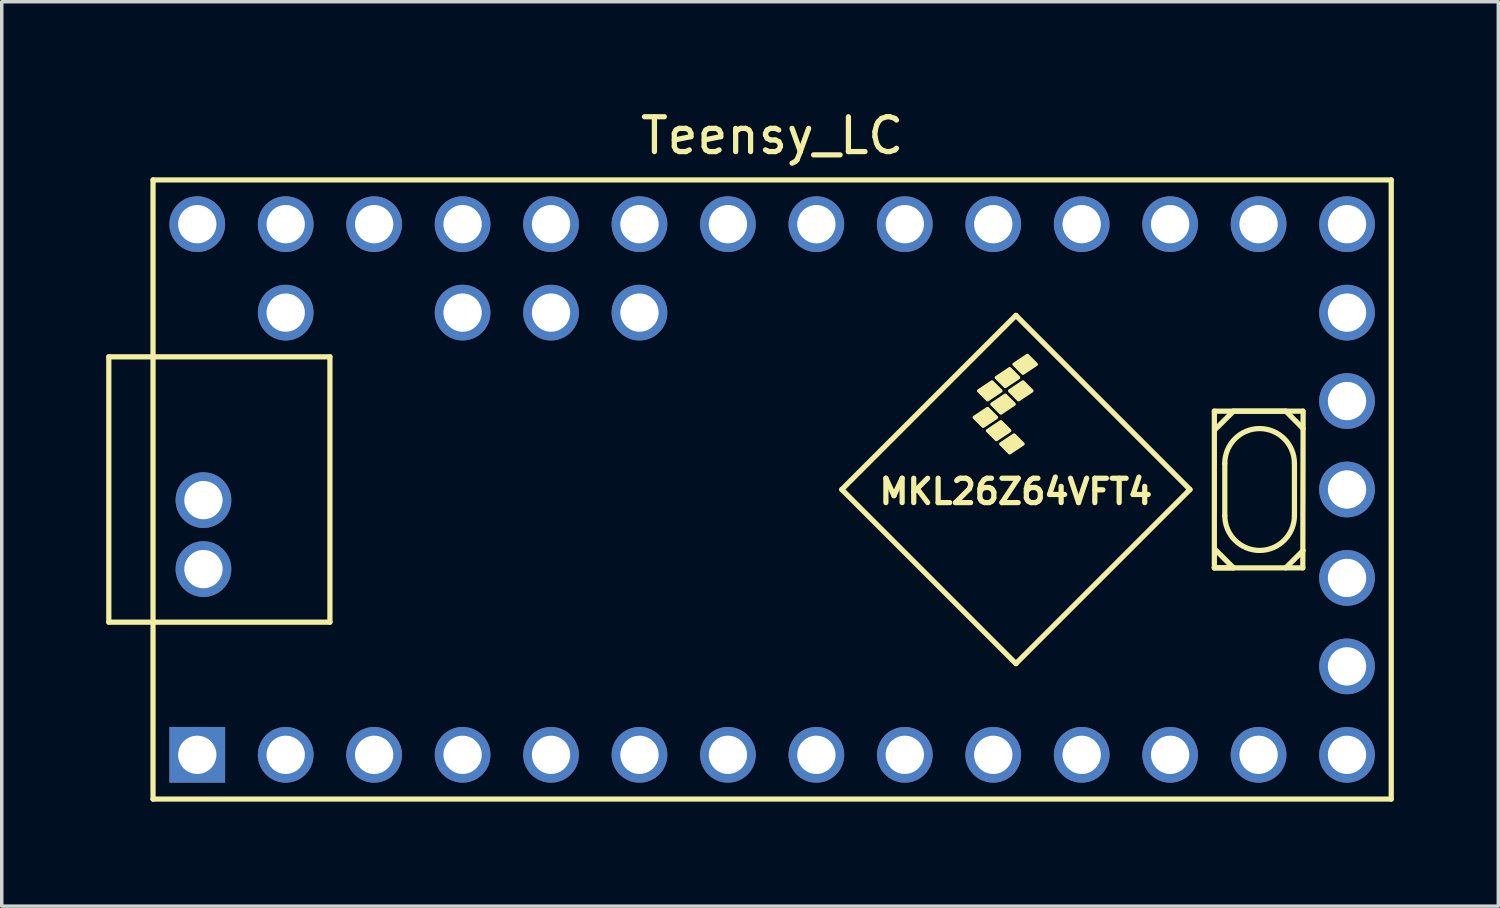
<source format=kicad_pcb>
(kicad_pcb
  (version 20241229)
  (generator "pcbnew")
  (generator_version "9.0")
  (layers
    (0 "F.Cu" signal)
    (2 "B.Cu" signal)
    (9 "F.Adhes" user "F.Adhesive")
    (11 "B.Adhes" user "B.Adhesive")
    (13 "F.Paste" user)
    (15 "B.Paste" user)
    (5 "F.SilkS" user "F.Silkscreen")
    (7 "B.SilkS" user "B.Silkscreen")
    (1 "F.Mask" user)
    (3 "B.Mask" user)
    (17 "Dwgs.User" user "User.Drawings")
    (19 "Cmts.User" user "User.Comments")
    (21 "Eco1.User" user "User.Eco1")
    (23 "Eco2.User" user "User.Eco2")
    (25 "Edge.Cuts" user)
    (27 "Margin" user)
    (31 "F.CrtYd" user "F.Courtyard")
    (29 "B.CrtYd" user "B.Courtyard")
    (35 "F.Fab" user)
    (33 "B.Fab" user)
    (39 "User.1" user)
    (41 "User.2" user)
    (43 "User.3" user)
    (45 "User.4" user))
  (footprint "Teensy_LC"
    (layer "F.Cu")
    (at 19.125 11.008)
    (property "Reference" "Teensy_LC" (at 0 -10.16 0) (layer "F.SilkS") (effects (font (size 1 1) (thickness 0.15))))
    (attr through_hole)
    (fp_line (start -19.05 -3.81) (end -17.78 -3.81) (stroke (width 0.15) (type solid)) (layer "F.SilkS"))
    (fp_line (start -19.05 3.81) (end -19.05 -3.81) (stroke (width 0.15) (type solid)) (layer "F.SilkS"))
    (fp_line (start -17.78 -8.89) (end 17.78 -8.89) (stroke (width 0.15) (type solid)) (layer "F.SilkS"))
    (fp_line (start -17.78 3.81) (end -19.05 3.81) (stroke (width 0.15) (type solid)) (layer "F.SilkS"))
    (fp_line (start -17.78 8.89) (end -17.78 -8.89) (stroke (width 0.15) (type solid)) (layer "F.SilkS"))
    (fp_line (start -12.7 -3.81) (end -17.78 -3.81) (stroke (width 0.15) (type solid)) (layer "F.SilkS"))
    (fp_line (start -12.7 3.81) (end -17.78 3.81) (stroke (width 0.15) (type solid)) (layer "F.SilkS"))
    (fp_line (start -12.7 3.81) (end -12.7 -3.81) (stroke (width 0.15) (type solid)) (layer "F.SilkS"))
    (fp_line (start 2 0) (end 7 5) (stroke (width 0.15) (type solid)) (layer "F.SilkS"))
    (fp_line (start 7 -5) (end 2 0) (stroke (width 0.15) (type solid)) (layer "F.SilkS"))
    (fp_line (start 7 5) (end 12 0) (stroke (width 0.15) (type solid)) (layer "F.SilkS"))
    (fp_line (start 12 0) (end 7 -5) (stroke (width 0.15) (type solid)) (layer "F.SilkS"))
    (fp_line (start 12.7 -2.25) (end 15.24 -2.25) (stroke (width 0.15) (type solid)) (layer "F.SilkS"))
    (fp_line (start 12.7 2.25) (end 12.7 -2.25) (stroke (width 0.15) (type solid)) (layer "F.SilkS"))
    (fp_line (start 12.7 2.25) (end 13.25 2.25) (stroke (width 0.15) (type solid)) (layer "F.SilkS"))
    (fp_line (start 12.75 -1.75) (end 13.25 -2.25) (stroke (width 0.15) (type solid)) (layer "F.SilkS"))
    (fp_line (start 13 -0.75) (end 13 0.75) (stroke (width 0.15) (type solid)) (layer "F.SilkS"))
    (fp_line (start 13.25 2.25) (end 12.75 1.75) (stroke (width 0.15) (type solid)) (layer "F.SilkS"))
    (fp_line (start 14.75 -2.25) (end 13.25 -2.25) (stroke (width 0.15) (type solid)) (layer "F.SilkS"))
    (fp_line (start 15 0.75) (end 15 -0.75) (stroke (width 0.15) (type solid)) (layer "F.SilkS"))
    (fp_line (start 15.24 2.25) (end 12.7 2.25) (stroke (width 0.15) (type solid)) (layer "F.SilkS"))
    (fp_line (start 15.25 -2.25) (end 15.24 2.25) (stroke (width 0.15) (type solid)) (layer "F.SilkS"))
    (fp_line (start 15.25 -1.75) (end 14.75 -2.25) (stroke (width 0.15) (type solid)) (layer "F.SilkS"))
    (fp_line (start 15.25 1.75) (end 14.75 2.25) (stroke (width 0.15) (type solid)) (layer "F.SilkS"))
    (fp_line (start 17.78 -8.89) (end 17.78 8.89) (stroke (width 0.15) (type solid)) (layer "F.SilkS"))
    (fp_line (start 17.78 8.89) (end -17.78 8.89) (stroke (width 0.15) (type solid)) (layer "F.SilkS"))
    (fp_arc (start 13 -0.75) (mid 14 -1.75) (end 15 -0.75) (stroke (width 0.15) (type solid)) (layer "F.SilkS"))
    (fp_arc (start 15 0.75) (mid 14 1.75) (end 13 0.75) (stroke (width 0.15) (type solid)) (layer "F.SilkS"))
    (fp_poly (pts (xy 6.06 -1.817) (xy 5.806 -2.071) (xy 6.187 -2.325) (xy 6.441 -2.071)) (stroke (width 0.1) (type solid)) (fill yes) (layer "F.SilkS"))
    (fp_poly (pts (xy 6.187 -2.579) (xy 5.933 -2.833) (xy 6.314 -3.087) (xy 6.568 -2.833)) (stroke (width 0.1) (type solid)) (fill yes) (layer "F.SilkS"))
    (fp_poly (pts (xy 6.441 -1.436) (xy 6.187 -1.69) (xy 6.568 -1.944) (xy 6.822 -1.69)) (stroke (width 0.1) (type solid)) (fill yes) (layer "F.SilkS"))
    (fp_poly (pts (xy 6.568 -2.198) (xy 6.314 -2.452) (xy 6.695 -2.706) (xy 6.949 -2.452)) (stroke (width 0.1) (type solid)) (fill yes) (layer "F.SilkS"))
    (fp_poly (pts (xy 6.695 -2.96) (xy 6.441 -3.214) (xy 6.822 -3.468) (xy 7.076 -3.214)) (stroke (width 0.1) (type solid)) (fill yes) (layer "F.SilkS"))
    (fp_poly (pts (xy 6.822 -1.055) (xy 6.568 -1.309) (xy 6.949 -1.563) (xy 7.203 -1.309)) (stroke (width 0.1) (type solid)) (fill yes) (layer "F.SilkS"))
    (fp_poly (pts (xy 7.076 -2.579) (xy 6.822 -2.833) (xy 7.203 -3.087) (xy 7.457 -2.833)) (stroke (width 0.1) (type solid)) (fill yes) (layer "F.SilkS"))
    (fp_poly (pts (xy 7.203 -3.341) (xy 6.949 -3.595) (xy 7.33 -3.849) (xy 7.584 -3.595)) (stroke (width 0.1) (type solid)) (fill yes) (layer "F.SilkS"))
    (fp_text user "MKL26Z64VFT4" (at 7 0.06 0) (layer "F.SilkS") (effects (font (size 0.7 0.7) (thickness 0.15))))
    (pad "1" thru_hole rect (at -16.51 7.62) (size 1.6 1.6) (drill 1.1) (layers "*.Cu" "*.Mask"))
    (pad "2" thru_hole circle (at -13.97 7.62) (size 1.6 1.6) (drill 1.1) (layers "*.Cu" "*.Mask"))
    (pad "3" thru_hole circle (at -11.43 7.62) (size 1.6 1.6) (drill 1.1) (layers "*.Cu" "*.Mask"))
    (pad "4" thru_hole circle (at -8.89 7.62) (size 1.6 1.6) (drill 1.1) (layers "*.Cu" "*.Mask"))
    (pad "5" thru_hole circle (at -6.35 7.62) (size 1.6 1.6) (drill 1.1) (layers "*.Cu" "*.Mask"))
    (pad "6" thru_hole circle (at -3.81 7.62) (size 1.6 1.6) (drill 1.1) (layers "*.Cu" "*.Mask"))
    (pad "7" thru_hole circle (at -1.27 7.62) (size 1.6 1.6) (drill 1.1) (layers "*.Cu" "*.Mask"))
    (pad "8" thru_hole circle (at 1.27 7.62) (size 1.6 1.6) (drill 1.1) (layers "*.Cu" "*.Mask"))
    (pad "9" thru_hole circle (at 3.81 7.62) (size 1.6 1.6) (drill 1.1) (layers "*.Cu" "*.Mask"))
    (pad "10" thru_hole circle (at 6.35 7.62) (size 1.6 1.6) (drill 1.1) (layers "*.Cu" "*.Mask"))
    (pad "11" thru_hole circle (at 8.89 7.62) (size 1.6 1.6) (drill 1.1) (layers "*.Cu" "*.Mask"))
    (pad "12" thru_hole circle (at 11.43 7.62) (size 1.6 1.6) (drill 1.1) (layers "*.Cu" "*.Mask"))
    (pad "13" thru_hole circle (at 13.97 7.62) (size 1.6 1.6) (drill 1.1) (layers "*.Cu" "*.Mask"))
    (pad "14" thru_hole circle (at 16.51 7.62) (size 1.6 1.6) (drill 1.1) (layers "*.Cu" "*.Mask"))
    (pad "15" thru_hole circle (at 16.51 5.08) (size 1.6 1.6) (drill 1.1) (layers "*.Cu" "*.Mask"))
    (pad "16" thru_hole circle (at 16.51 2.54) (size 1.6 1.6) (drill 1.1) (layers "*.Cu" "*.Mask"))
    (pad "17" thru_hole circle (at 16.51 0) (size 1.6 1.6) (drill 1.1) (layers "*.Cu" "*.Mask"))
    (pad "18" thru_hole circle (at 16.51 -2.54) (size 1.6 1.6) (drill 1.1) (layers "*.Cu" "*.Mask"))
    (pad "19" thru_hole circle (at 16.51 -5.08) (size 1.6 1.6) (drill 1.1) (layers "*.Cu" "*.Mask"))
    (pad "20" thru_hole circle (at 16.51 -7.62) (size 1.6 1.6) (drill 1.1) (layers "*.Cu" "*.Mask"))
    (pad "21" thru_hole circle (at 13.97 -7.62) (size 1.6 1.6) (drill 1.1) (layers "*.Cu" "*.Mask"))
    (pad "22" thru_hole circle (at 11.43 -7.62) (size 1.6 1.6) (drill 1.1) (layers "*.Cu" "*.Mask"))
    (pad "23" thru_hole circle (at 8.89 -7.62) (size 1.6 1.6) (drill 1.1) (layers "*.Cu" "*.Mask"))
    (pad "24" thru_hole circle (at 6.35 -7.62) (size 1.6 1.6) (drill 1.1) (layers "*.Cu" "*.Mask"))
    (pad "25" thru_hole circle (at 3.81 -7.62) (size 1.6 1.6) (drill 1.1) (layers "*.Cu" "*.Mask"))
    (pad "26" thru_hole circle (at 1.27 -7.62) (size 1.6 1.6) (drill 1.1) (layers "*.Cu" "*.Mask"))
    (pad "27" thru_hole circle (at -1.27 -7.62) (size 1.6 1.6) (drill 1.1) (layers "*.Cu" "*.Mask"))
    (pad "28" thru_hole circle (at -3.81 -7.62) (size 1.6 1.6) (drill 1.1) (layers "*.Cu" "*.Mask"))
    (pad "29" thru_hole circle (at -6.35 -7.62) (size 1.6 1.6) (drill 1.1) (layers "*.Cu" "*.Mask"))
    (pad "30" thru_hole circle (at -8.89 -7.62) (size 1.6 1.6) (drill 1.1) (layers "*.Cu" "*.Mask"))
    (pad "31" thru_hole circle (at -11.43 -7.62) (size 1.6 1.6) (drill 1.1) (layers "*.Cu" "*.Mask"))
    (pad "32" thru_hole circle (at -13.97 -7.62) (size 1.6 1.6) (drill 1.1) (layers "*.Cu" "*.Mask"))
    (pad "33" thru_hole circle (at -16.51 -7.62) (size 1.6 1.6) (drill 1.1) (layers "*.Cu" "*.Mask"))
    (pad "34" thru_hole circle (at -13.97 -5.08) (size 1.6 1.6) (drill 1.1) (layers "*.Cu" "*.Mask"))
    (pad "35" thru_hole circle (at -8.89 -5.08) (size 1.6 1.6) (drill 1.1) (layers "*.Cu" "*.Mask"))
    (pad "36" thru_hole circle (at -6.35 -5.08) (size 1.6 1.6) (drill 1.1) (layers "*.Cu" "*.Mask"))
    (pad "37" thru_hole circle (at -3.81 -5.08) (size 1.6 1.6) (drill 1.1) (layers "*.Cu" "*.Mask"))
    (pad "39" thru_hole circle (at -16.332 2.286) (size 1.6 1.6) (drill 1.1) (layers "*.Cu" "*.Mask"))
    (pad "40" thru_hole circle (at -16.332 0.305) (size 1.6 1.6) (drill 1.1) (layers "*.Cu" "*.Mask")))
  (gr_rect
    (start -3 -3)
    (end 39.98 22.973)
    (stroke (width 0.1) (type default))
    (fill no)
    (layer "Edge.Cuts")))
</source>
